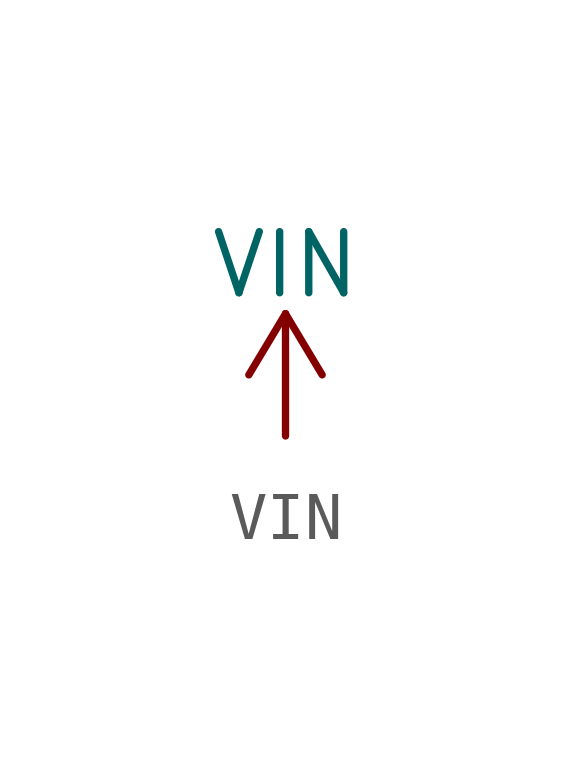
<source format=kicad_sym>
(kicad_symbol_lib
  (version 20211014)
  (generator kicad_symbol_editor)
  (symbol "VIN"
    (power)
    (pin_names
      (offset 0))
    (property "Reference" "#PWR"
      (at 0 -3.81 0)
      (effects (font (size 1.27 1.27)) hide))
    (property "Value" "VIN"
      (at 0 3.556 0)
      (effects (font (size 1.27 1.27))))
    (symbol "VIN_0_1"
      (polyline (pts (xy -0.762 1.27) (xy 0 2.54)) (stroke (width 0) (type default) (color 0 0 0 0)) (fill (type none)))
      (polyline (pts (xy 0 0) (xy 0 2.54)) (stroke (width 0) (type default) (color 0 0 0 0)) (fill (type none)))
      (polyline (pts (xy 0 2.54) (xy 0.762 1.27)) (stroke (width 0) (type default) (color 0 0 0 0)) (fill (type none))))
    (symbol "VIN_1_1"
      (pin power_in line (at 0 0 90) (length 0) hide (name "VIN" (effects (font (size 1.27 1.27)))) (number "1" (effects (font (size 1.27 1.27))))))))
</source>
